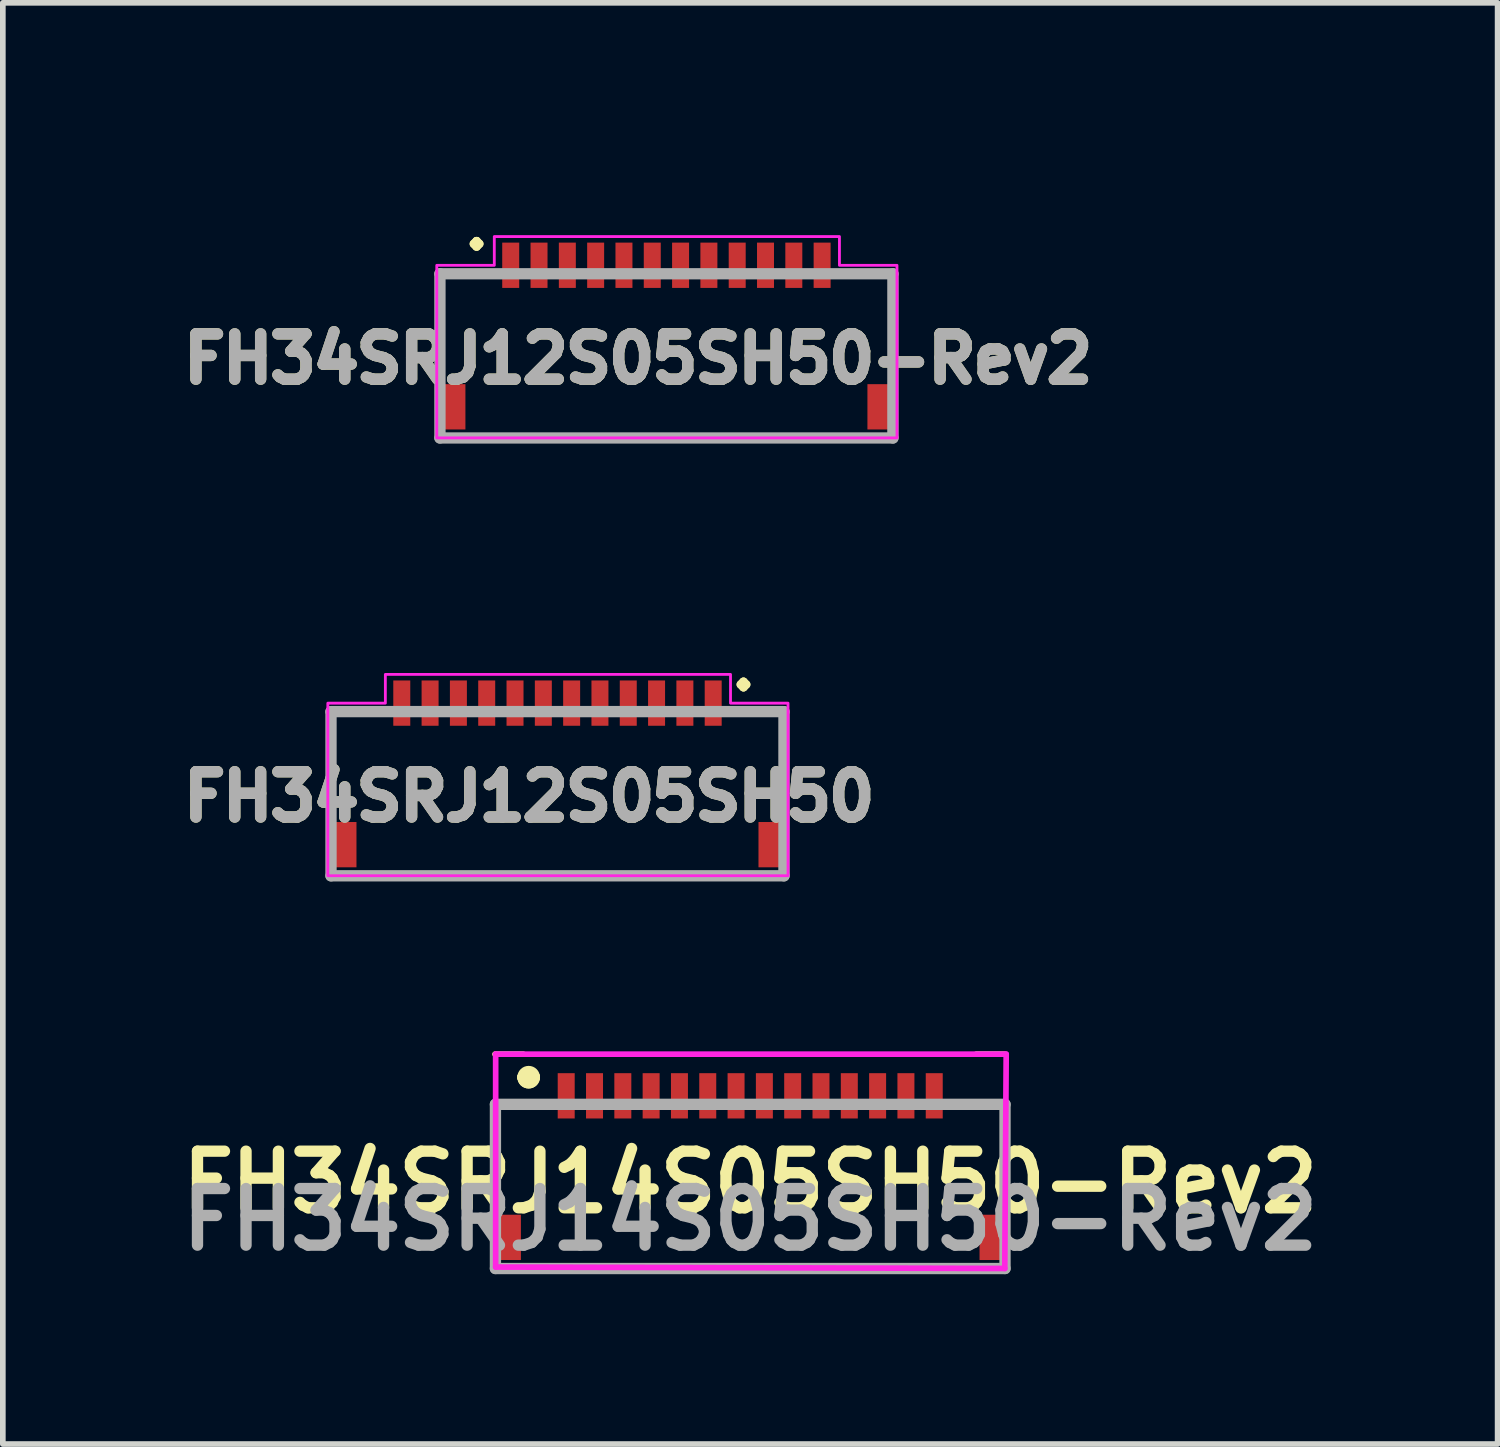
<source format=kicad_pcb>
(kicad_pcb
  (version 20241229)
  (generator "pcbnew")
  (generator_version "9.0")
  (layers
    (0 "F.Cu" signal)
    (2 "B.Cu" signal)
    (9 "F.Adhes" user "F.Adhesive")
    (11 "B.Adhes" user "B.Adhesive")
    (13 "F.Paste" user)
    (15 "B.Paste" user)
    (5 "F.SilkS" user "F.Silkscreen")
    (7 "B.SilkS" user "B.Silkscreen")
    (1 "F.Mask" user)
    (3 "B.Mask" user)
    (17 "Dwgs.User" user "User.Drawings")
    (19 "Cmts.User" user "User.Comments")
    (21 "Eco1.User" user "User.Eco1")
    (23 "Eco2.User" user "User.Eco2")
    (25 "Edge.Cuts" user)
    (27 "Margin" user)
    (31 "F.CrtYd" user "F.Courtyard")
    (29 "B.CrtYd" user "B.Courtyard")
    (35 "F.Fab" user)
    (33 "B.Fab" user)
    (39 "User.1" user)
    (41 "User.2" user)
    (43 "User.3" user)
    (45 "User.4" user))
  (footprint "FH34SRJ12S05SH50"
    (layer "F.Cu")
    (at 6.796 10.893)
    (property "Reference" "FH34SRJ12S05SH50" (at -0.5 0.127 0) (layer "F.SilkS") (effects (font (size 0.8 0.8) (thickness 0.2))))
    (attr smd)
    (fp_line (start -4 -1.375) (end -4 0.25) (stroke (width 0.1) (type solid)) (layer "F.SilkS"))
    (fp_line (start -4 1.525) (end -4 1.525) (stroke (width 0.1) (type solid)) (layer "F.SilkS"))
    (fp_line (start -4 1.525) (end 3 1.525) (stroke (width 0.1) (type solid)) (layer "F.SilkS"))
    (fp_line (start -3.5 -1.375) (end -4 -1.375) (stroke (width 0.1) (type solid)) (layer "F.SilkS"))
    (fp_line (start 3 1.525) (end -4 1.525) (stroke (width 0.1) (type solid)) (layer "F.SilkS"))
    (fp_line (start 3 1.525) (end 3 1.525) (stroke (width 0.1) (type solid)) (layer "F.SilkS"))
    (fp_line (start 3.5 -1.375) (end 3.5 -1.375) (stroke (width 0.1) (type solid)) (layer "F.SilkS"))
    (fp_line (start 3.5 -1.375) (end 4 -1.375) (stroke (width 0.1) (type solid)) (layer "F.SilkS"))
    (fp_line (start 4 -1.375) (end 3.5 -1.375) (stroke (width 0.1) (type solid)) (layer "F.SilkS"))
    (fp_line (start 4 -1.375) (end 4 -1.375) (stroke (width 0.1) (type solid)) (layer "F.SilkS"))
    (fp_line (start 4 -1.375) (end 4 0.25) (stroke (width 0.1) (type solid)) (layer "F.SilkS"))
    (fp_line (start 4 -1.25) (end 4 -1.25) (stroke (width 0.1) (type solid)) (layer "F.SilkS"))
    (fp_line (start 4 0.25) (end 4 -1.25) (stroke (width 0.1) (type solid)) (layer "F.SilkS"))
    (fp_line (start 4 0.25) (end 4 0.25) (stroke (width 0.1) (type solid)) (layer "F.SilkS"))
    (fp_poly (pts (xy 3.056 -1.524) (xy 4.072 -1.524) (xy 4.072 1.524) (xy -4.056 1.524) (xy -4.056 -1.524) (xy -3.04 -1.524) (xy -3.04 -2.032) (xy 3.056 -2.032)) (stroke (width 0.05) (type solid)) (fill no) (layer "F.CrtYd"))
    (fp_line (start -4 -1.375) (end 4 -1.375) (stroke (width 0.2) (type solid)) (layer "F.Fab"))
    (fp_line (start -4 1.525) (end -4 -1.375) (stroke (width 0.2) (type solid)) (layer "F.Fab"))
    (fp_line (start 4 -1.375) (end 4 1.525) (stroke (width 0.2) (type solid)) (layer "F.Fab"))
    (fp_line (start 4 1.525) (end -4 1.525) (stroke (width 0.2) (type solid)) (layer "F.Fab"))
    (fp_text user "." (at 3.285 -2.261 0) (unlocked yes) (layer "F.SilkS") (effects (font (size 1 1) (thickness 0.15))))
    (fp_text user "${REFERENCE}" (at -0.5 0.127 0) (layer "F.Fab") (effects (font (size 0.8 0.8) (thickness 0.2))))
    (pad "1" smd rect (at 2.75 -1.525) (size 0.3 0.8) (layers "F.Cu" "F.Mask" "F.Paste"))
    (pad "2" smd rect (at 2.25 -1.525) (size 0.3 0.8) (layers "F.Cu" "F.Mask" "F.Paste"))
    (pad "3" smd rect (at 1.75 -1.525) (size 0.3 0.8) (layers "F.Cu" "F.Mask" "F.Paste"))
    (pad "4" smd rect (at 1.25 -1.525) (size 0.3 0.8) (layers "F.Cu" "F.Mask" "F.Paste"))
    (pad "5" smd rect (at 0.75 -1.525) (size 0.3 0.8) (layers "F.Cu" "F.Mask" "F.Paste"))
    (pad "6" smd rect (at 0.25 -1.525) (size 0.3 0.8) (layers "F.Cu" "F.Mask" "F.Paste"))
    (pad "7" smd rect (at -0.25 -1.525) (size 0.3 0.8) (layers "F.Cu" "F.Mask" "F.Paste"))
    (pad "8" smd rect (at -0.75 -1.525) (size 0.3 0.8) (layers "F.Cu" "F.Mask" "F.Paste"))
    (pad "9" smd rect (at -1.25 -1.525) (size 0.3 0.8) (layers "F.Cu" "F.Mask" "F.Paste"))
    (pad "10" smd rect (at -1.75 -1.525) (size 0.3 0.8) (layers "F.Cu" "F.Mask" "F.Paste"))
    (pad "11" smd rect (at -2.25 -1.525) (size 0.3 0.8) (layers "F.Cu" "F.Mask" "F.Paste"))
    (pad "12" smd rect (at -2.75 -1.525) (size 0.3 0.8) (layers "F.Cu" "F.Mask" "F.Paste"))
    (pad "MP1" smd rect (at -3.75 0.975) (size 0.4 0.8) (layers "F.Cu" "F.Mask" "F.Paste"))
    (pad "MP2" smd rect (at 3.75 0.975) (size 0.4 0.8) (layers "F.Cu" "F.Mask" "F.Paste")))
  (footprint "FH34SRJ12S05SH50-Rev2"
    (layer "F.Cu")
    (at 8.72 3.16)
    (property "Reference" "FH34SRJ12S05SH50-Rev2" (at -0.5 0.127 0) (layer "F.SilkS") (effects (font (size 0.8 0.8) (thickness 0.2))))
    (attr smd)
    (fp_line (start -4 -1.375) (end -4 0.25) (stroke (width 0.1) (type solid)) (layer "F.SilkS"))
    (fp_line (start -4 1.525) (end -4 1.525) (stroke (width 0.1) (type solid)) (layer "F.SilkS"))
    (fp_line (start -4 1.525) (end 3 1.525) (stroke (width 0.1) (type solid)) (layer "F.SilkS"))
    (fp_line (start -3.5 -1.375) (end -4 -1.375) (stroke (width 0.1) (type solid)) (layer "F.SilkS"))
    (fp_line (start 3 1.525) (end -4 1.525) (stroke (width 0.1) (type solid)) (layer "F.SilkS"))
    (fp_line (start 3 1.525) (end 3 1.525) (stroke (width 0.1) (type solid)) (layer "F.SilkS"))
    (fp_line (start 3.5 -1.375) (end 3.5 -1.375) (stroke (width 0.1) (type solid)) (layer "F.SilkS"))
    (fp_line (start 3.5 -1.375) (end 4 -1.375) (stroke (width 0.1) (type solid)) (layer "F.SilkS"))
    (fp_line (start 4 -1.375) (end 3.5 -1.375) (stroke (width 0.1) (type solid)) (layer "F.SilkS"))
    (fp_line (start 4 -1.375) (end 4 -1.375) (stroke (width 0.1) (type solid)) (layer "F.SilkS"))
    (fp_line (start 4 -1.375) (end 4 0.25) (stroke (width 0.1) (type solid)) (layer "F.SilkS"))
    (fp_line (start 4 -1.25) (end 4 -1.25) (stroke (width 0.1) (type solid)) (layer "F.SilkS"))
    (fp_line (start 4 0.25) (end 4 -1.25) (stroke (width 0.1) (type solid)) (layer "F.SilkS"))
    (fp_line (start 4 0.25) (end 4 0.25) (stroke (width 0.1) (type solid)) (layer "F.SilkS"))
    (fp_poly (pts (xy 3.056 -1.524) (xy 4.072 -1.524) (xy 4.072 1.524) (xy -4.056 1.524) (xy -4.056 -1.524) (xy -3.04 -1.524) (xy -3.04 -2.032) (xy 3.056 -2.032)) (stroke (width 0.05) (type solid)) (fill no) (layer "F.CrtYd"))
    (fp_line (start -4 -1.375) (end 4 -1.375) (stroke (width 0.2) (type solid)) (layer "F.Fab"))
    (fp_line (start -4 1.525) (end -4 -1.375) (stroke (width 0.2) (type solid)) (layer "F.Fab"))
    (fp_line (start 4 -1.375) (end 4 1.525) (stroke (width 0.2) (type solid)) (layer "F.Fab"))
    (fp_line (start 4 1.525) (end -4 1.525) (stroke (width 0.2) (type solid)) (layer "F.Fab"))
    (fp_text user "." (at -3.353 -2.311 0) (unlocked yes) (layer "F.SilkS") (effects (font (size 1 1) (thickness 0.15))))
    (fp_text user "${REFERENCE}" (at -0.5 0.127 0) (layer "F.Fab") (effects (font (size 0.8 0.8) (thickness 0.2))))
    (pad "1" smd rect (at -2.75 -1.525) (size 0.3 0.8) (layers "F.Cu" "F.Mask" "F.Paste"))
    (pad "2" smd rect (at -2.25 -1.525) (size 0.3 0.8) (layers "F.Cu" "F.Mask" "F.Paste"))
    (pad "3" smd rect (at -1.75 -1.525) (size 0.3 0.8) (layers "F.Cu" "F.Mask" "F.Paste"))
    (pad "4" smd rect (at -1.25 -1.525) (size 0.3 0.8) (layers "F.Cu" "F.Mask" "F.Paste"))
    (pad "5" smd rect (at -0.75 -1.525) (size 0.3 0.8) (layers "F.Cu" "F.Mask" "F.Paste"))
    (pad "6" smd rect (at -0.25 -1.525) (size 0.3 0.8) (layers "F.Cu" "F.Mask" "F.Paste"))
    (pad "7" smd rect (at 0.25 -1.525) (size 0.3 0.8) (layers "F.Cu" "F.Mask" "F.Paste"))
    (pad "8" smd rect (at 0.75 -1.525) (size 0.3 0.8) (layers "F.Cu" "F.Mask" "F.Paste"))
    (pad "9" smd rect (at 1.25 -1.525) (size 0.3 0.8) (layers "F.Cu" "F.Mask" "F.Paste"))
    (pad "10" smd rect (at 1.75 -1.525) (size 0.3 0.8) (layers "F.Cu" "F.Mask" "F.Paste"))
    (pad "11" smd rect (at 2.25 -1.525) (size 0.3 0.8) (layers "F.Cu" "F.Mask" "F.Paste"))
    (pad "12" smd rect (at 2.75 -1.525) (size 0.3 0.8) (layers "F.Cu" "F.Mask" "F.Paste"))
    (pad "MP1" smd rect (at -3.75 0.975) (size 0.4 0.8) (layers "F.Cu" "F.Mask" "F.Paste"))
    (pad "MP2" smd rect (at 3.75 0.975) (size 0.4 0.8) (layers "F.Cu" "F.Mask" "F.Paste")))
  (footprint "FH34SRJ14S05SH50-Rev2"
    (layer "F.Cu")
    (at 10.2 17.829)
    (property "Reference" "FH34SRJ14S05SH50-Rev2" (at 0 0 0) (layer "F.SilkS") (effects (font (size 1 1) (thickness 0.2))))
    (attr smd)
    (fp_line (start -4.5 -1.375) (end -4.5 -1.375) (stroke (width 0.1) (type solid)) (layer "F.SilkS"))
    (fp_line (start -4.5 -1.375) (end -4.5 -1.375) (stroke (width 0.1) (type solid)) (layer "F.SilkS"))
    (fp_line (start -4.5 -1.375) (end -4.5 0.25) (stroke (width 0.1) (type solid)) (layer "F.SilkS"))
    (fp_line (start -4.5 -1.375) (end -4 -1.375) (stroke (width 0.1) (type solid)) (layer "F.SilkS"))
    (fp_line (start -4.5 0.25) (end -4.5 -1.375) (stroke (width 0.1) (type solid)) (layer "F.SilkS"))
    (fp_line (start -4.5 0.25) (end -4.5 0.25) (stroke (width 0.1) (type solid)) (layer "F.SilkS"))
    (fp_line (start -4.013 -1.854) (end -4.013 -1.854) (stroke (width 0.2) (type solid)) (layer "F.SilkS"))
    (fp_line (start -4.013 -1.854) (end -4.013 -1.854) (stroke (width 0.2) (type solid)) (layer "F.SilkS"))
    (fp_line (start -4.008 -2.261) (end -4.508 -2.261) (stroke (width 0.1) (type solid)) (layer "F.SilkS"))
    (fp_line (start -4 -1.375) (end -4.5 -1.375) (stroke (width 0.1) (type solid)) (layer "F.SilkS"))
    (fp_line (start -3.813 -1.854) (end -3.813 -1.854) (stroke (width 0.2) (type solid)) (layer "F.SilkS"))
    (fp_line (start -3.5 1.525) (end 3.5 1.525) (stroke (width 0.1) (type solid)) (layer "F.SilkS"))
    (fp_line (start 3.5 1.525) (end -3.5 1.525) (stroke (width 0.1) (type solid)) (layer "F.SilkS"))
    (fp_line (start 3.5 1.525) (end 3.5 1.525) (stroke (width 0.1) (type solid)) (layer "F.SilkS"))
    (fp_line (start 4 -1.375) (end 4.5 -1.375) (stroke (width 0.1) (type solid)) (layer "F.SilkS"))
    (fp_line (start 4.492 -2.261) (end 3.992 -2.261) (stroke (width 0.1) (type solid)) (layer "F.SilkS"))
    (fp_line (start 4.5 -1.375) (end 4 -1.375) (stroke (width 0.1) (type solid)) (layer "F.SilkS"))
    (fp_line (start 4.5 -1.375) (end 4.5 -1.375) (stroke (width 0.1) (type solid)) (layer "F.SilkS"))
    (fp_line (start 4.5 -1.375) (end 4.5 -1.25) (stroke (width 0.1) (type solid)) (layer "F.SilkS"))
    (fp_line (start 4.5 -1.25) (end 4.5 0.25) (stroke (width 0.1) (type solid)) (layer "F.SilkS"))
    (fp_line (start 4.5 0.25) (end 4.5 -1.25) (stroke (width 0.1) (type solid)) (layer "F.SilkS"))
    (fp_line (start 4.5 0.25) (end 4.5 0.25) (stroke (width 0.1) (type solid)) (layer "F.SilkS"))
    (fp_arc (start -4.0132 -1.8542) (mid -3.9132 -1.9542) (end -3.8132 -1.8542) (stroke (width 0.2) (type solid)) (layer "F.SilkS"))
    (fp_arc (start -3.8132 -1.8542) (mid -3.9132 -1.7542) (end -4.0132 -1.8542) (stroke (width 0.2) (type solid)) (layer "F.SilkS"))
    (fp_arc (start -3.8132 -1.8542) (mid -3.9132 -1.7542) (end -4.0132 -1.8542) (stroke (width 0.2) (type solid)) (layer "F.SilkS"))
    (fp_line (start -4.496 -2.261) (end -4.496 1.499) (stroke (width 0.1) (type solid)) (layer "F.CrtYd"))
    (fp_line (start -4.496 1.499) (end 4.496 1.524) (stroke (width 0.1) (type solid)) (layer "F.CrtYd"))
    (fp_line (start 4.496 1.524) (end 4.521 -2.261) (stroke (width 0.1) (type solid)) (layer "F.CrtYd"))
    (fp_line (start 4.521 -2.261) (end -4.496 -2.261) (stroke (width 0.1) (type solid)) (layer "F.CrtYd"))
    (fp_line (start -4.5 -1.375) (end 4.5 -1.375) (stroke (width 0.2) (type solid)) (layer "F.Fab"))
    (fp_line (start -4.5 1.525) (end -4.5 -1.375) (stroke (width 0.2) (type solid)) (layer "F.Fab"))
    (fp_line (start 4.5 -1.375) (end 4.5 1.525) (stroke (width 0.2) (type solid)) (layer "F.Fab"))
    (fp_line (start 4.5 1.525) (end -4.5 1.525) (stroke (width 0.2) (type solid)) (layer "F.Fab"))
    (fp_text user "${REFERENCE}" (at 0 0.66 0) (layer "F.Fab") (effects (font (size 1 1) (thickness 0.2))))
    (pad "1" smd rect (at -3.25 -1.525) (size 0.3 0.8) (layers "F.Cu" "F.Mask" "F.Paste"))
    (pad "2" smd rect (at -2.75 -1.525) (size 0.3 0.8) (layers "F.Cu" "F.Mask" "F.Paste"))
    (pad "3" smd rect (at -2.25 -1.525) (size 0.3 0.8) (layers "F.Cu" "F.Mask" "F.Paste"))
    (pad "4" smd rect (at -1.75 -1.525) (size 0.3 0.8) (layers "F.Cu" "F.Mask" "F.Paste"))
    (pad "5" smd rect (at -1.25 -1.525) (size 0.3 0.8) (layers "F.Cu" "F.Mask" "F.Paste"))
    (pad "6" smd rect (at -0.75 -1.525) (size 0.3 0.8) (layers "F.Cu" "F.Mask" "F.Paste"))
    (pad "7" smd rect (at -0.25 -1.525) (size 0.3 0.8) (layers "F.Cu" "F.Mask" "F.Paste"))
    (pad "8" smd rect (at 0.25 -1.525) (size 0.3 0.8) (layers "F.Cu" "F.Mask" "F.Paste"))
    (pad "9" smd rect (at 0.75 -1.525) (size 0.3 0.8) (layers "F.Cu" "F.Mask" "F.Paste"))
    (pad "10" smd rect (at 1.25 -1.525) (size 0.3 0.8) (layers "F.Cu" "F.Mask" "F.Paste"))
    (pad "11" smd rect (at 1.75 -1.525) (size 0.3 0.8) (layers "F.Cu" "F.Mask" "F.Paste"))
    (pad "12" smd rect (at 2.25 -1.525) (size 0.3 0.8) (layers "F.Cu" "F.Mask" "F.Paste"))
    (pad "13" smd rect (at 2.75 -1.525) (size 0.3 0.8) (layers "F.Cu" "F.Mask" "F.Paste"))
    (pad "14" smd rect (at 3.25 -1.525) (size 0.3 0.8) (layers "F.Cu" "F.Mask" "F.Paste"))
    (pad "MP1" smd rect (at 4.25 0.975) (size 0.4 0.8) (layers "F.Cu" "F.Mask" "F.Paste"))
    (pad "MP2" smd rect (at -4.25 0.975) (size 0.4 0.8) (layers "F.Cu" "F.Mask" "F.Paste")))
  (gr_rect
    (start -3 -3)
    (end 23.4 22.454)
    (stroke (width 0.1) (type default))
    (fill no)
    (layer "Edge.Cuts")))
</source>
